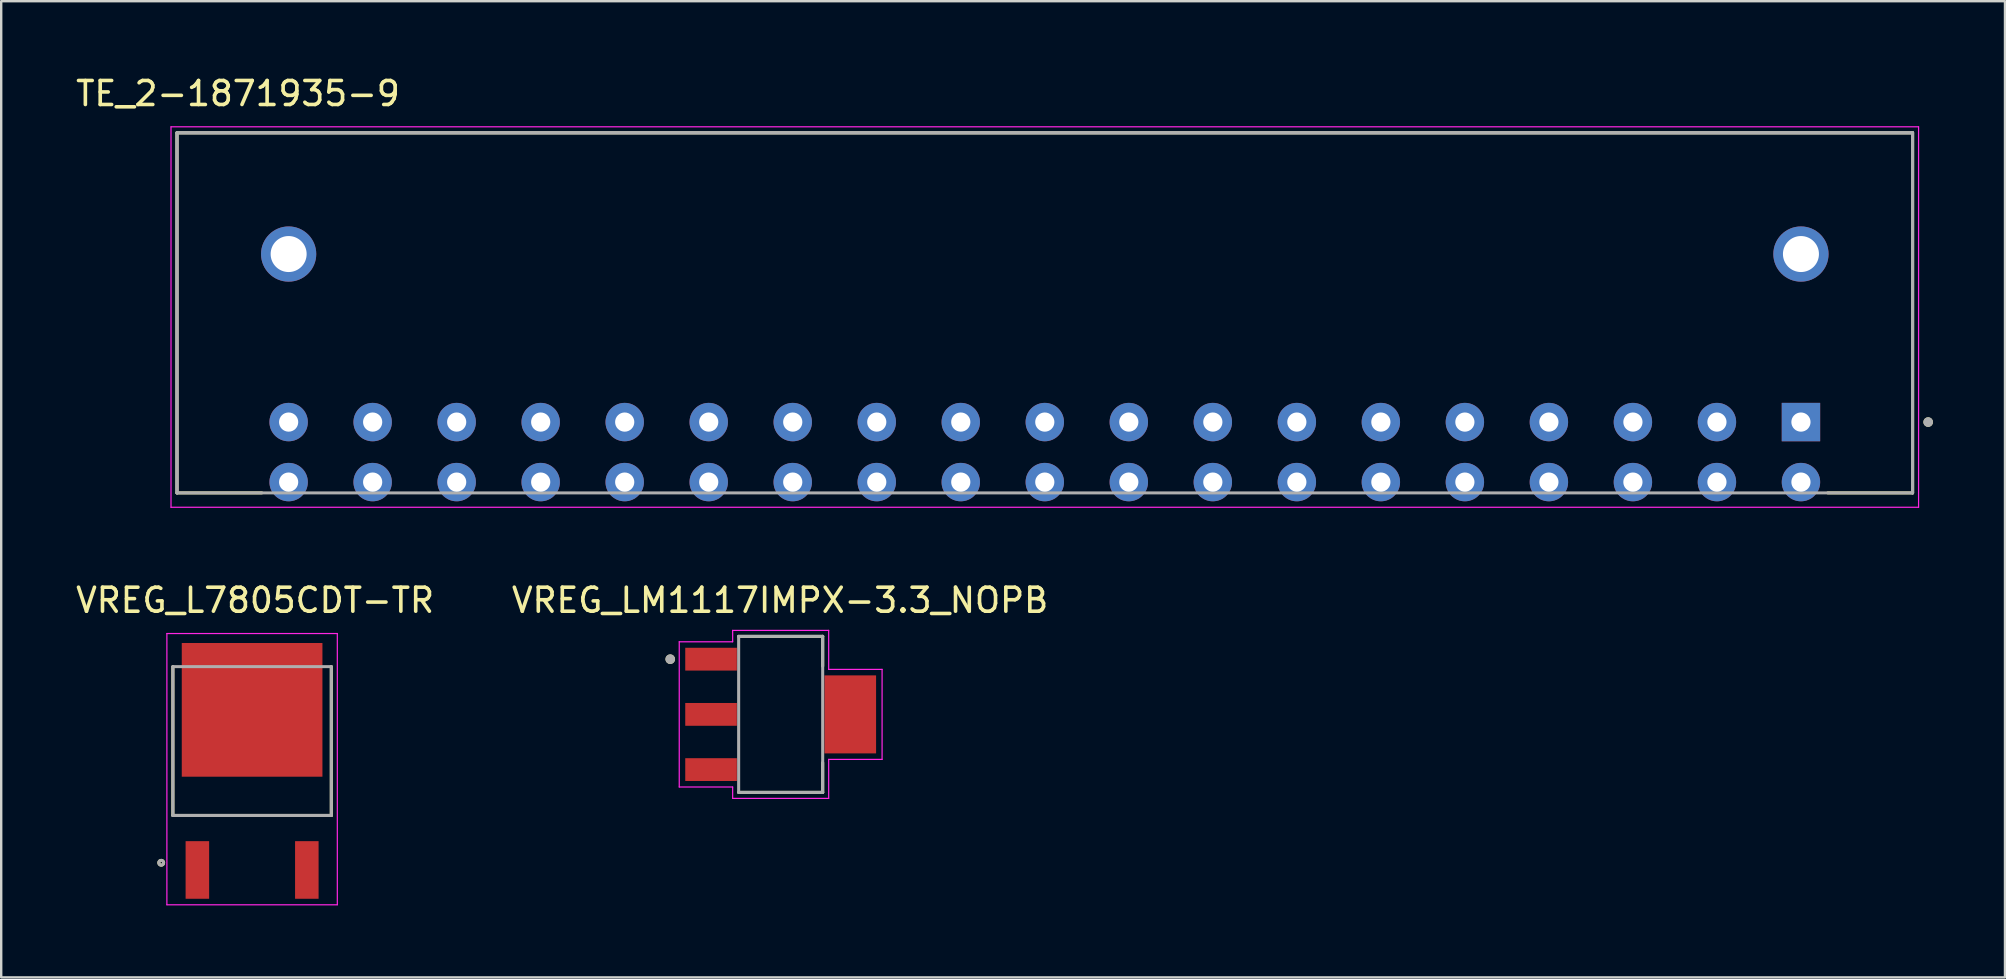
<source format=kicad_pcb>
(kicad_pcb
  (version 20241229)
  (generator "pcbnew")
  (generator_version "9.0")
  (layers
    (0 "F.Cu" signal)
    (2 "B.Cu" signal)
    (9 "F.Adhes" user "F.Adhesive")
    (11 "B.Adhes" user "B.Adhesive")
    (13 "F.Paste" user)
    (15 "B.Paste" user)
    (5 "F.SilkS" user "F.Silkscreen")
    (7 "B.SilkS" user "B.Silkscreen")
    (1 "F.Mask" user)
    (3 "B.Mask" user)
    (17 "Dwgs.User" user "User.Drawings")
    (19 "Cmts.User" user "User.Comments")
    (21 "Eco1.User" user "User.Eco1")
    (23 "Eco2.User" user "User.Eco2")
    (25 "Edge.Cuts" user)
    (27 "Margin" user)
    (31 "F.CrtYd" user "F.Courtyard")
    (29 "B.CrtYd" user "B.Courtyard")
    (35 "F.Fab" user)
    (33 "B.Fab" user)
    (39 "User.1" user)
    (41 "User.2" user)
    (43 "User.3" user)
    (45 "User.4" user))
  (footprint "TE_2-1871935-9"
    (layer "F.Cu")
    (at 71.974 14.533)
    (property "Reference" "TE_2-1871935-9" (at -65.111 -13.685 0) (layer "F.SilkS") (effects (font (size 1 1) (thickness 0.15))))
    (attr through_hole)
    (fp_line (start -67.65 -12.05) (end 4.65 -12.05) (stroke (width 0.127) (type solid)) (layer "F.SilkS"))
    (fp_line (start -67.65 2.95) (end -67.65 -12.05) (stroke (width 0.127) (type solid)) (layer "F.SilkS"))
    (fp_line (start -64.12 2.95) (end -67.65 2.95) (stroke (width 0.127) (type solid)) (layer "F.SilkS"))
    (fp_line (start 1.12 2.95) (end 4.65 2.95) (stroke (width 0.127) (type solid)) (layer "F.SilkS"))
    (fp_line (start 4.65 -12.05) (end 4.65 2.95) (stroke (width 0.127) (type solid)) (layer "F.SilkS"))
    (fp_circle (center 5.3 0) (end 5.4 0) (stroke (width 0.2) (type solid)) (fill no) (layer "F.SilkS"))
    (fp_line (start -67.9 -12.3) (end 4.9 -12.3) (stroke (width 0.05) (type solid)) (layer "F.CrtYd"))
    (fp_line (start -67.9 3.55) (end -67.9 -12.3) (stroke (width 0.05) (type solid)) (layer "F.CrtYd"))
    (fp_line (start 4.9 -12.3) (end 4.9 3.55) (stroke (width 0.05) (type solid)) (layer "F.CrtYd"))
    (fp_line (start 4.9 3.55) (end -67.9 3.55) (stroke (width 0.05) (type solid)) (layer "F.CrtYd"))
    (fp_line (start -67.65 -12.05) (end 4.65 -12.05) (stroke (width 0.127) (type solid)) (layer "F.Fab"))
    (fp_line (start -67.65 -12.05) (end 4.65 -12.05) (stroke (width 0.127) (type solid)) (layer "F.Fab"))
    (fp_line (start -67.65 2.95) (end -67.65 -12.05) (stroke (width 0.127) (type solid)) (layer "F.Fab"))
    (fp_line (start -67.65 2.95) (end -67.65 -12.05) (stroke (width 0.127) (type solid)) (layer "F.Fab"))
    (fp_line (start 4.65 -12.05) (end 4.65 2.95) (stroke (width 0.127) (type solid)) (layer "F.Fab"))
    (fp_line (start 4.65 -12.05) (end 4.65 2.95) (stroke (width 0.127) (type solid)) (layer "F.Fab"))
    (fp_line (start 4.65 2.95) (end -67.65 2.95) (stroke (width 0.127) (type solid)) (layer "F.Fab"))
    (fp_circle (center 5.3 0) (end 5.4 0) (stroke (width 0.2) (type solid)) (fill no) (layer "F.Fab"))
    (pad "A1" thru_hole rect (at 0 0) (size 1.6 1.6) (drill 0.8) (layers "*.Cu" "*.Mask"))
    (pad "A2" thru_hole circle (at -3.5 0) (size 1.6 1.6) (drill 0.8) (layers "*.Cu" "*.Mask"))
    (pad "A3" thru_hole circle (at -7 0) (size 1.6 1.6) (drill 0.8) (layers "*.Cu" "*.Mask"))
    (pad "A4" thru_hole circle (at -10.5 0) (size 1.6 1.6) (drill 0.8) (layers "*.Cu" "*.Mask"))
    (pad "A5" thru_hole circle (at -14 0) (size 1.6 1.6) (drill 0.8) (layers "*.Cu" "*.Mask"))
    (pad "A6" thru_hole circle (at -17.5 0) (size 1.6 1.6) (drill 0.8) (layers "*.Cu" "*.Mask"))
    (pad "A7" thru_hole circle (at -21 0) (size 1.6 1.6) (drill 0.8) (layers "*.Cu" "*.Mask"))
    (pad "A8" thru_hole circle (at -24.5 0) (size 1.6 1.6) (drill 0.8) (layers "*.Cu" "*.Mask"))
    (pad "A9" thru_hole circle (at -28 0) (size 1.6 1.6) (drill 0.8) (layers "*.Cu" "*.Mask"))
    (pad "A10" thru_hole circle (at -31.5 0) (size 1.6 1.6) (drill 0.8) (layers "*.Cu" "*.Mask"))
    (pad "A11" thru_hole circle (at -35 0) (size 1.6 1.6) (drill 0.8) (layers "*.Cu" "*.Mask"))
    (pad "A12" thru_hole circle (at -38.5 0) (size 1.6 1.6) (drill 0.8) (layers "*.Cu" "*.Mask"))
    (pad "A13" thru_hole circle (at -42 0) (size 1.6 1.6) (drill 0.8) (layers "*.Cu" "*.Mask"))
    (pad "A14" thru_hole circle (at -45.5 0) (size 1.6 1.6) (drill 0.8) (layers "*.Cu" "*.Mask"))
    (pad "A15" thru_hole circle (at -49 0) (size 1.6 1.6) (drill 0.8) (layers "*.Cu" "*.Mask"))
    (pad "A16" thru_hole circle (at -52.5 0) (size 1.6 1.6) (drill 0.8) (layers "*.Cu" "*.Mask"))
    (pad "A17" thru_hole circle (at -56 0) (size 1.6 1.6) (drill 0.8) (layers "*.Cu" "*.Mask"))
    (pad "A18" thru_hole circle (at -59.5 0) (size 1.6 1.6) (drill 0.8) (layers "*.Cu" "*.Mask"))
    (pad "A19" thru_hole circle (at -63 0) (size 1.6 1.6) (drill 0.8) (layers "*.Cu" "*.Mask"))
    (pad "B1" thru_hole circle (at 0 2.5) (size 1.6 1.6) (drill 0.8) (layers "*.Cu" "*.Mask"))
    (pad "B2" thru_hole circle (at -3.5 2.5) (size 1.6 1.6) (drill 0.8) (layers "*.Cu" "*.Mask"))
    (pad "B3" thru_hole circle (at -7 2.5) (size 1.6 1.6) (drill 0.8) (layers "*.Cu" "*.Mask"))
    (pad "B4" thru_hole circle (at -10.5 2.5) (size 1.6 1.6) (drill 0.8) (layers "*.Cu" "*.Mask"))
    (pad "B5" thru_hole circle (at -14 2.5) (size 1.6 1.6) (drill 0.8) (layers "*.Cu" "*.Mask"))
    (pad "B6" thru_hole circle (at -17.5 2.5) (size 1.6 1.6) (drill 0.8) (layers "*.Cu" "*.Mask"))
    (pad "B7" thru_hole circle (at -21 2.5) (size 1.6 1.6) (drill 0.8) (layers "*.Cu" "*.Mask"))
    (pad "B8" thru_hole circle (at -24.5 2.5) (size 1.6 1.6) (drill 0.8) (layers "*.Cu" "*.Mask"))
    (pad "B9" thru_hole circle (at -28 2.5) (size 1.6 1.6) (drill 0.8) (layers "*.Cu" "*.Mask"))
    (pad "B10" thru_hole circle (at -31.5 2.5) (size 1.6 1.6) (drill 0.8) (layers "*.Cu" "*.Mask"))
    (pad "B11" thru_hole circle (at -35 2.5) (size 1.6 1.6) (drill 0.8) (layers "*.Cu" "*.Mask"))
    (pad "B12" thru_hole circle (at -38.5 2.5) (size 1.6 1.6) (drill 0.8) (layers "*.Cu" "*.Mask"))
    (pad "B13" thru_hole circle (at -42 2.5) (size 1.6 1.6) (drill 0.8) (layers "*.Cu" "*.Mask"))
    (pad "B14" thru_hole circle (at -45.5 2.5) (size 1.6 1.6) (drill 0.8) (layers "*.Cu" "*.Mask"))
    (pad "B15" thru_hole circle (at -49 2.5) (size 1.6 1.6) (drill 0.8) (layers "*.Cu" "*.Mask"))
    (pad "B16" thru_hole circle (at -52.5 2.5) (size 1.6 1.6) (drill 0.8) (layers "*.Cu" "*.Mask"))
    (pad "B17" thru_hole circle (at -56 2.5) (size 1.6 1.6) (drill 0.8) (layers "*.Cu" "*.Mask"))
    (pad "B18" thru_hole circle (at -59.5 2.5) (size 1.6 1.6) (drill 0.8) (layers "*.Cu" "*.Mask"))
    (pad "B19" thru_hole circle (at -63 2.5) (size 1.6 1.6) (drill 0.8) (layers "*.Cu" "*.Mask"))
    (pad "S1" thru_hole circle (at -63 -7) (size 2.3 2.3) (drill 1.5) (layers "*.Cu" "*.Mask"))
    (pad "S2" thru_hole circle (at 0 -7) (size 2.3 2.3) (drill 1.5) (layers "*.Cu" "*.Mask")))
  (footprint "VREG_L7805CDT-TR"
    (layer "F.Cu")
    (at 7.452 28.991)
    (property "Reference" "VREG_L7805CDT-TR" (at 0.125 -7.035 0) (layer "F.SilkS") (effects (font (size 1 1) (thickness 0.15))))
    (attr through_hole)
    (fp_line (start -3.3 -4.27) (end -3.3 1.93) (stroke (width 0.127) (type solid)) (layer "F.SilkS"))
    (fp_line (start -3.3 1.93) (end 3.3 1.93) (stroke (width 0.127) (type solid)) (layer "F.SilkS"))
    (fp_line (start 3.3 1.93) (end 3.3 -4.27) (stroke (width 0.127) (type solid)) (layer "F.SilkS"))
    (fp_circle (center -3.786 3.9) (end -3.686 3.9) (stroke (width 0.127) (type solid)) (fill no) (layer "F.SilkS"))
    (fp_line (start -3.55 -5.65) (end -3.55 5.65) (stroke (width 0.05) (type solid)) (layer "F.CrtYd"))
    (fp_line (start -3.55 5.65) (end 3.55 5.65) (stroke (width 0.05) (type solid)) (layer "F.CrtYd"))
    (fp_line (start 3.55 -5.65) (end -3.55 -5.65) (stroke (width 0.05) (type solid)) (layer "F.CrtYd"))
    (fp_line (start 3.55 5.65) (end 3.55 -5.65) (stroke (width 0.05) (type solid)) (layer "F.CrtYd"))
    (fp_line (start -3.3 -4.27) (end 3.3 -4.27) (stroke (width 0.127) (type solid)) (layer "F.Fab"))
    (fp_line (start -3.3 1.93) (end -3.3 -4.27) (stroke (width 0.127) (type solid)) (layer "F.Fab"))
    (fp_line (start 3.3 -4.27) (end 3.3 1.93) (stroke (width 0.127) (type solid)) (layer "F.Fab"))
    (fp_line (start 3.3 1.93) (end -3.3 1.93) (stroke (width 0.127) (type solid)) (layer "F.Fab"))
    (fp_circle (center -3.786 3.9) (end -3.686 3.9) (stroke (width 0.127) (type solid)) (fill no) (layer "F.Fab"))
    (pad "1" smd rect (at -2.28 4.2 90) (size 2.4 0.98) (layers "F.Cu" "F.Mask" "F.Paste"))
    (pad "2" smd rect (at 2.28 4.2 270) (size 2.4 0.98) (layers "F.Cu" "F.Mask" "F.Paste"))
    (pad "3" smd rect (at 0 -2.47 90) (size 5.57 5.86) (layers "F.Cu" "F.Mask")))
  (footprint "VREG_LM1117IMPX-3.3_NOPB"
    (layer "F.Cu")
    (at 29.471 26.71)
    (property "Reference" "VREG_LM1117IMPX-3.3_NOPB" (at -0.025 -4.754 0) (layer "F.SilkS") (effects (font (size 1 1) (thickness 0.15))))
    (attr through_hole)
    (fp_line (start -1.75 -3.25) (end 1.75 -3.25) (stroke (width 0.127) (type solid)) (layer "F.SilkS"))
    (fp_line (start -1.75 3.25) (end 1.75 3.25) (stroke (width 0.127) (type solid)) (layer "F.SilkS"))
    (fp_line (start 1.75 -3.25) (end 1.75 -2.01) (stroke (width 0.127) (type solid)) (layer "F.SilkS"))
    (fp_line (start 1.75 3.25) (end 1.75 2.01) (stroke (width 0.127) (type solid)) (layer "F.SilkS"))
    (fp_circle (center -4.6 -2.3) (end -4.5 -2.3) (stroke (width 0.2) (type solid)) (fill no) (layer "F.SilkS"))
    (fp_line (start -4.225 -3.025) (end -4.225 3.025) (stroke (width 0.05) (type solid)) (layer "F.CrtYd"))
    (fp_line (start -4.225 3.025) (end -2 3.025) (stroke (width 0.05) (type solid)) (layer "F.CrtYd"))
    (fp_line (start -2 -3.5) (end -2 -3.025) (stroke (width 0.05) (type solid)) (layer "F.CrtYd"))
    (fp_line (start -2 -3.025) (end -4.225 -3.025) (stroke (width 0.05) (type solid)) (layer "F.CrtYd"))
    (fp_line (start -2 3.025) (end -2 3.5) (stroke (width 0.05) (type solid)) (layer "F.CrtYd"))
    (fp_line (start -2 3.5) (end 2 3.5) (stroke (width 0.05) (type solid)) (layer "F.CrtYd"))
    (fp_line (start 2 -3.5) (end -2 -3.5) (stroke (width 0.05) (type solid)) (layer "F.CrtYd"))
    (fp_line (start 2 -1.875) (end 2 -3.5) (stroke (width 0.05) (type solid)) (layer "F.CrtYd"))
    (fp_line (start 2 1.875) (end 4.225 1.875) (stroke (width 0.05) (type solid)) (layer "F.CrtYd"))
    (fp_line (start 2 3.5) (end 2 1.875) (stroke (width 0.05) (type solid)) (layer "F.CrtYd"))
    (fp_line (start 4.225 -1.875) (end 2 -1.875) (stroke (width 0.05) (type solid)) (layer "F.CrtYd"))
    (fp_line (start 4.225 1.875) (end 4.225 -1.875) (stroke (width 0.05) (type solid)) (layer "F.CrtYd"))
    (fp_line (start -1.75 -3.25) (end -1.75 3.25) (stroke (width 0.127) (type solid)) (layer "F.Fab"))
    (fp_line (start 1.75 -3.25) (end -1.75 -3.25) (stroke (width 0.127) (type solid)) (layer "F.Fab"))
    (fp_line (start 1.75 -3.25) (end 1.75 3.25) (stroke (width 0.127) (type solid)) (layer "F.Fab"))
    (fp_line (start 1.75 3.25) (end -1.75 3.25) (stroke (width 0.127) (type solid)) (layer "F.Fab"))
    (fp_circle (center -4.6 -2.3) (end -4.5 -2.3) (stroke (width 0.2) (type solid)) (fill no) (layer "F.Fab"))
    (pad "1" smd rect (at -2.9 -2.3 270) (size 0.95 2.15) (layers "F.Cu" "F.Mask" "F.Paste"))
    (pad "2" smd rect (at -2.9 0 270) (size 0.95 2.15) (layers "F.Cu" "F.Mask" "F.Paste"))
    (pad "3" smd rect (at -2.9 2.3 270) (size 0.95 2.15) (layers "F.Cu" "F.Mask" "F.Paste"))
    (pad "4" smd rect (at 2.9 0 270) (size 3.25 2.15) (layers "F.Cu" "F.Mask" "F.Paste")))
  (gr_rect
    (start -3 -3)
    (end 80.474 37.666)
    (stroke (width 0.1) (type default))
    (fill no)
    (layer "Edge.Cuts")))
</source>
